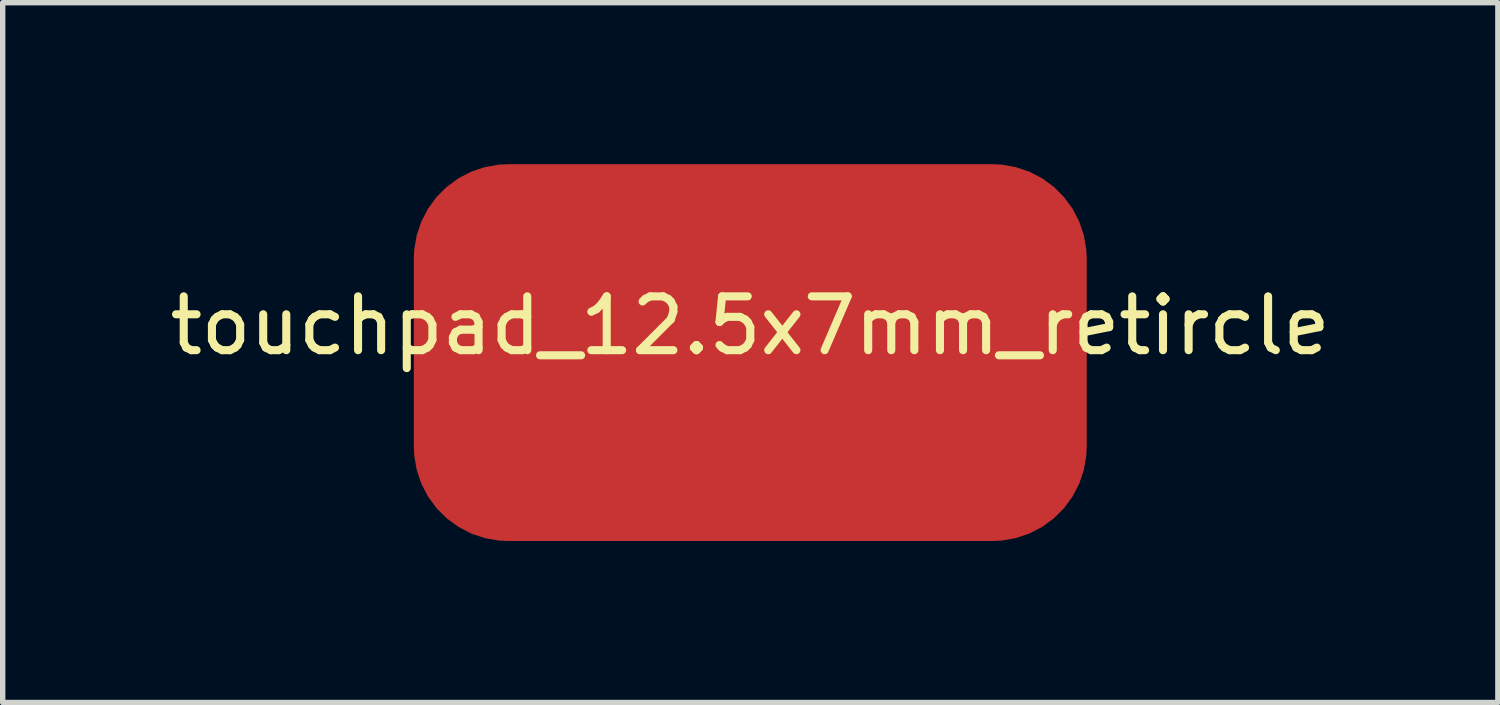
<source format=kicad_pcb>
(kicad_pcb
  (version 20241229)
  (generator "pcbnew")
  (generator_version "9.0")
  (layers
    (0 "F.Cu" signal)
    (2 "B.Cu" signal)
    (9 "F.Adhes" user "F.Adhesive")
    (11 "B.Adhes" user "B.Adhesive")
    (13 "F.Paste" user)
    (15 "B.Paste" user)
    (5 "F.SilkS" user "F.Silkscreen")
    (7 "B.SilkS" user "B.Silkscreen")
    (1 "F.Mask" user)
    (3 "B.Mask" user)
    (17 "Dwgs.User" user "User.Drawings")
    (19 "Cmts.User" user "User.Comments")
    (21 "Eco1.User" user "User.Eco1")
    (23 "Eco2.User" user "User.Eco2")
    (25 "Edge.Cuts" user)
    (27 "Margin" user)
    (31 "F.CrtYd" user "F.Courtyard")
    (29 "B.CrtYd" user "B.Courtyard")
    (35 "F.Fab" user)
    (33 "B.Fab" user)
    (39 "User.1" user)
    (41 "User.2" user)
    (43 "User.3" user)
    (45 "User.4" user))
  (footprint "touchpad_12.5x7mm_retircle"
    (layer "F.Cu")
    (at 10.887 3.5)
    (property "Reference" "touchpad_12.5x7mm_retircle" (at 0 -0.5 0) (unlocked yes) (layer "F.SilkS") (effects (font (size 1 1) (thickness 0.15))))
    (attr smd)
    (pad "1" smd roundrect (at 0 0) (size 12.5 7) (layers "F.Cu") (roundrect_rratio 0.25)))
  (gr_rect
    (start -3 -3)
    (end 24.774 10)
    (stroke (width 0.1) (type default))
    (fill no)
    (layer "Edge.Cuts")))
</source>
